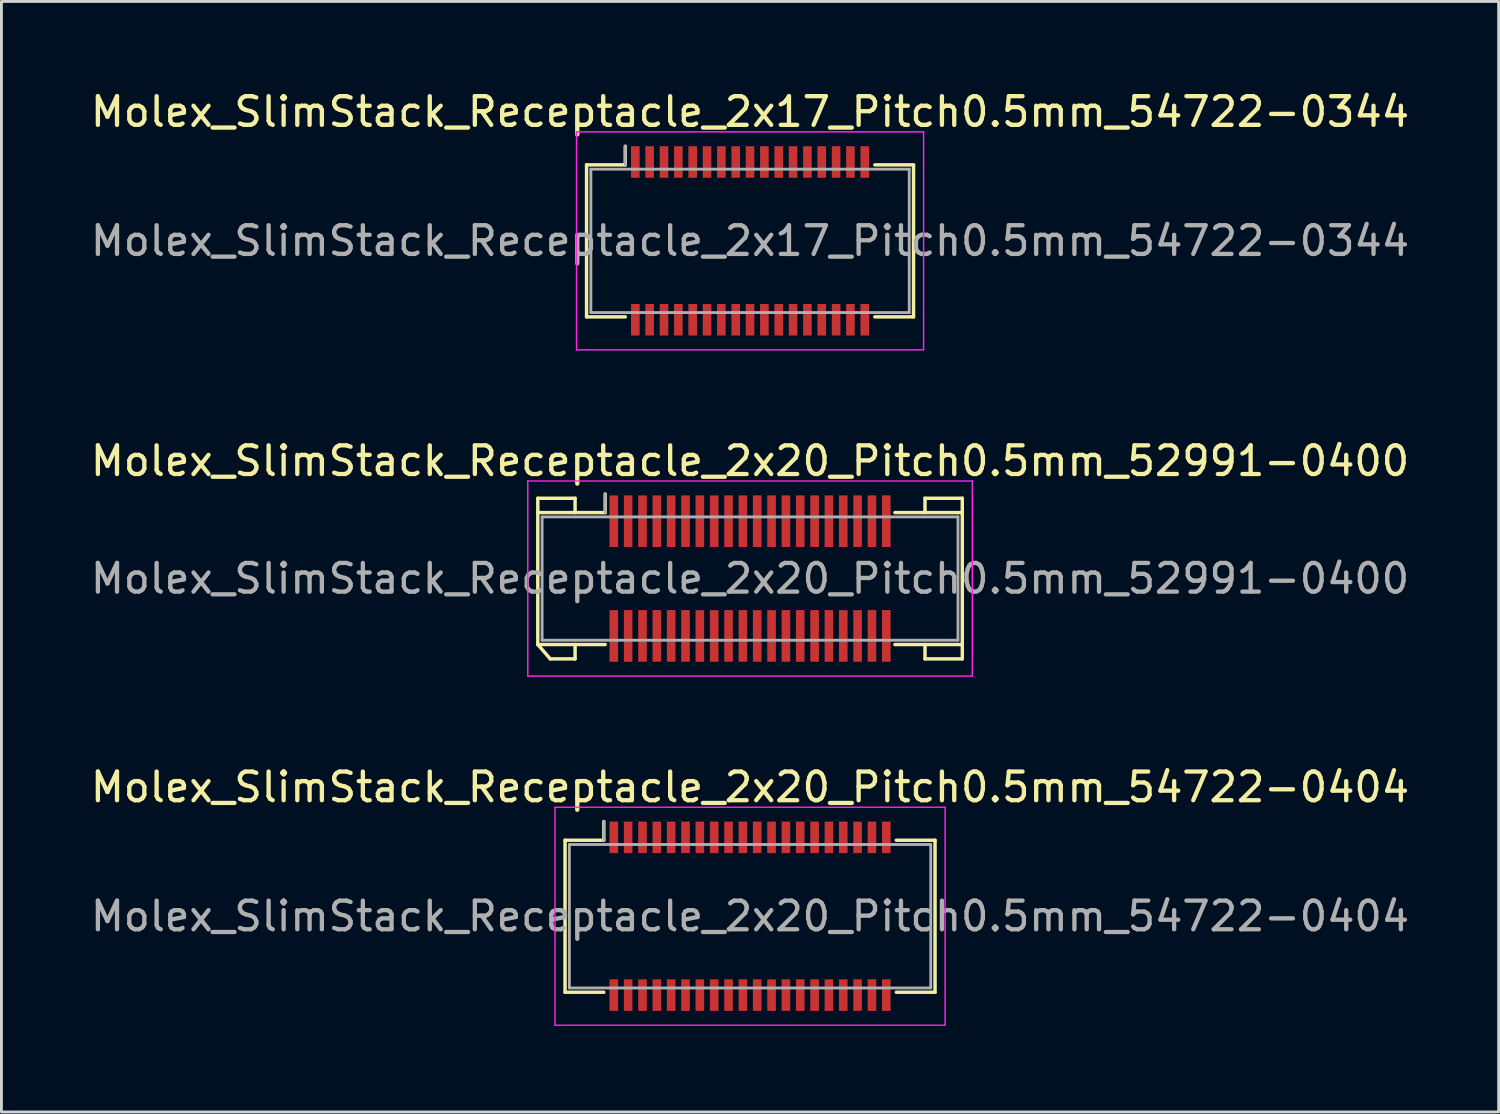
<source format=kicad_pcb>
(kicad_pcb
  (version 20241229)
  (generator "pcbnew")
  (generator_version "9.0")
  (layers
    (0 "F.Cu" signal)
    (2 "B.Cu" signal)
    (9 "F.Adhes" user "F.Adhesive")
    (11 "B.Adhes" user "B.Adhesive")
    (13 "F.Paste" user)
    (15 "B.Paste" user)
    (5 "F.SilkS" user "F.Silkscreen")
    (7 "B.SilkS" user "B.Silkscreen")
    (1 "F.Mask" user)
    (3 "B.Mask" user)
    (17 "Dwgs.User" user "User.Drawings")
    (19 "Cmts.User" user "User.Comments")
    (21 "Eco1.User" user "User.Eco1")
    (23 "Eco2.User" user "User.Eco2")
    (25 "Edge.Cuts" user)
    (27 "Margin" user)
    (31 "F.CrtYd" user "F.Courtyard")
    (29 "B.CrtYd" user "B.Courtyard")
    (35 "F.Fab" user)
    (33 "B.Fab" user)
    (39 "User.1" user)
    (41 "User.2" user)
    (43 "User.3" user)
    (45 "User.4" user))
  (footprint "Molex_SlimStack_Receptacle_2x17_Pitch0.5mm_54722-0344"
    (layer "F.Cu")
    (at 23.101 5.348)
    (property "Reference" "Molex_SlimStack_Receptacle_2x17_Pitch0.5mm_54722-0344" (at 0 -4.5 0) (layer "F.SilkS") (effects (font (size 1 1) (thickness 0.15))))
    (attr smd)
    (fp_line (start -5.7 -2.65) (end -4.35 -2.65) (stroke (width 0.12) (type solid)) (layer "F.SilkS"))
    (fp_line (start -5.7 2.65) (end -5.7 -2.65) (stroke (width 0.12) (type solid)) (layer "F.SilkS"))
    (fp_line (start -4.35 -2.65) (end -4.35 -3.3) (stroke (width 0.12) (type solid)) (layer "F.SilkS"))
    (fp_line (start -4.35 2.65) (end -5.7 2.65) (stroke (width 0.12) (type solid)) (layer "F.SilkS"))
    (fp_line (start 4.35 2.65) (end 5.7 2.65) (stroke (width 0.12) (type solid)) (layer "F.SilkS"))
    (fp_line (start 5.7 -2.65) (end 4.35 -2.65) (stroke (width 0.12) (type solid)) (layer "F.SilkS"))
    (fp_line (start 5.7 2.65) (end 5.7 -2.65) (stroke (width 0.12) (type solid)) (layer "F.SilkS"))
    (fp_line (start -6.05 -3.8) (end -6.05 3.8) (stroke (width 0.05) (type solid)) (layer "F.CrtYd"))
    (fp_line (start -6.05 3.8) (end 6.05 3.8) (stroke (width 0.05) (type solid)) (layer "F.CrtYd"))
    (fp_line (start 6.05 -3.8) (end -6.05 -3.8) (stroke (width 0.05) (type solid)) (layer "F.CrtYd"))
    (fp_line (start 6.05 3.8) (end 6.05 -3.8) (stroke (width 0.05) (type solid)) (layer "F.CrtYd"))
    (fp_line (start -5.55 -2.5) (end -5.55 2.5) (stroke (width 0.1) (type solid)) (layer "F.Fab"))
    (fp_line (start -5.55 2.5) (end 5.55 2.5) (stroke (width 0.1) (type solid)) (layer "F.Fab"))
    (fp_line (start -4.35 -2.65) (end -4.35 -3.3) (stroke (width 0.1) (type solid)) (layer "F.Fab"))
    (fp_line (start 5.55 -2.5) (end -5.55 -2.5) (stroke (width 0.1) (type solid)) (layer "F.Fab"))
    (fp_line (start 5.55 2.5) (end 5.55 -2.5) (stroke (width 0.1) (type solid)) (layer "F.Fab"))
    (fp_text user "${REFERENCE}" (at 0 0 0) (layer "F.Fab") (effects (font (size 1 1) (thickness 0.15))))
    (pad "1" smd rect (at -4 -2.75) (size 0.3 1.1) (layers "F.Cu" "F.Mask" "F.Paste"))
    (pad "2" smd rect (at -4 2.75) (size 0.3 1.1) (layers "F.Cu" "F.Mask" "F.Paste"))
    (pad "3" smd rect (at -3.5 -2.75) (size 0.3 1.1) (layers "F.Cu" "F.Mask" "F.Paste"))
    (pad "4" smd rect (at -3.5 2.75) (size 0.3 1.1) (layers "F.Cu" "F.Mask" "F.Paste"))
    (pad "5" smd rect (at -3 -2.75) (size 0.3 1.1) (layers "F.Cu" "F.Mask" "F.Paste"))
    (pad "6" smd rect (at -3 2.75) (size 0.3 1.1) (layers "F.Cu" "F.Mask" "F.Paste"))
    (pad "7" smd rect (at -2.5 -2.75) (size 0.3 1.1) (layers "F.Cu" "F.Mask" "F.Paste"))
    (pad "8" smd rect (at -2.5 2.75) (size 0.3 1.1) (layers "F.Cu" "F.Mask" "F.Paste"))
    (pad "9" smd rect (at -2 -2.75) (size 0.3 1.1) (layers "F.Cu" "F.Mask" "F.Paste"))
    (pad "10" smd rect (at -2 2.75) (size 0.3 1.1) (layers "F.Cu" "F.Mask" "F.Paste"))
    (pad "11" smd rect (at -1.5 -2.75) (size 0.3 1.1) (layers "F.Cu" "F.Mask" "F.Paste"))
    (pad "12" smd rect (at -1.5 2.75) (size 0.3 1.1) (layers "F.Cu" "F.Mask" "F.Paste"))
    (pad "13" smd rect (at -1 -2.75) (size 0.3 1.1) (layers "F.Cu" "F.Mask" "F.Paste"))
    (pad "14" smd rect (at -1 2.75) (size 0.3 1.1) (layers "F.Cu" "F.Mask" "F.Paste"))
    (pad "15" smd rect (at -0.5 -2.75) (size 0.3 1.1) (layers "F.Cu" "F.Mask" "F.Paste"))
    (pad "16" smd rect (at -0.5 2.75) (size 0.3 1.1) (layers "F.Cu" "F.Mask" "F.Paste"))
    (pad "17" smd rect (at 0 -2.75) (size 0.3 1.1) (layers "F.Cu" "F.Mask" "F.Paste"))
    (pad "18" smd rect (at 0 2.75) (size 0.3 1.1) (layers "F.Cu" "F.Mask" "F.Paste"))
    (pad "19" smd rect (at 0.5 -2.75) (size 0.3 1.1) (layers "F.Cu" "F.Mask" "F.Paste"))
    (pad "20" smd rect (at 0.5 2.75) (size 0.3 1.1) (layers "F.Cu" "F.Mask" "F.Paste"))
    (pad "21" smd rect (at 1 -2.75) (size 0.3 1.1) (layers "F.Cu" "F.Mask" "F.Paste"))
    (pad "22" smd rect (at 1 2.75) (size 0.3 1.1) (layers "F.Cu" "F.Mask" "F.Paste"))
    (pad "23" smd rect (at 1.5 -2.75) (size 0.3 1.1) (layers "F.Cu" "F.Mask" "F.Paste"))
    (pad "24" smd rect (at 1.5 2.75) (size 0.3 1.1) (layers "F.Cu" "F.Mask" "F.Paste"))
    (pad "25" smd rect (at 2 -2.75) (size 0.3 1.1) (layers "F.Cu" "F.Mask" "F.Paste"))
    (pad "26" smd rect (at 2 2.75) (size 0.3 1.1) (layers "F.Cu" "F.Mask" "F.Paste"))
    (pad "27" smd rect (at 2.5 -2.75) (size 0.3 1.1) (layers "F.Cu" "F.Mask" "F.Paste"))
    (pad "28" smd rect (at 2.5 2.75) (size 0.3 1.1) (layers "F.Cu" "F.Mask" "F.Paste"))
    (pad "29" smd rect (at 3 -2.75) (size 0.3 1.1) (layers "F.Cu" "F.Mask" "F.Paste"))
    (pad "30" smd rect (at 3 2.75) (size 0.3 1.1) (layers "F.Cu" "F.Mask" "F.Paste"))
    (pad "31" smd rect (at 3.5 -2.75) (size 0.3 1.1) (layers "F.Cu" "F.Mask" "F.Paste"))
    (pad "32" smd rect (at 3.5 2.75) (size 0.3 1.1) (layers "F.Cu" "F.Mask" "F.Paste"))
    (pad "33" smd rect (at 4 -2.75) (size 0.3 1.1) (layers "F.Cu" "F.Mask" "F.Paste"))
    (pad "34" smd rect (at 4 2.75) (size 0.3 1.1) (layers "F.Cu" "F.Mask" "F.Paste")))
  (footprint "Molex_SlimStack_Receptacle_2x20_Pitch0.5mm_52991-0400"
    (layer "F.Cu")
    (at 23.101 17.122)
    (property "Reference" "Molex_SlimStack_Receptacle_2x20_Pitch0.5mm_52991-0400" (at 0 -4.1 0) (layer "F.SilkS") (effects (font (size 1 1) (thickness 0.15))))
    (attr smd)
    (fp_line (start -7.4 -2.8) (end -6.1 -2.8) (stroke (width 0.12) (type solid)) (layer "F.SilkS"))
    (fp_line (start -7.4 -2.3) (end -7.4 -2.8) (stroke (width 0.12) (type solid)) (layer "F.SilkS"))
    (fp_line (start -7.4 -2.3) (end -5.05 -2.3) (stroke (width 0.12) (type solid)) (layer "F.SilkS"))
    (fp_line (start -7.4 2.3) (end -7.4 -2.3) (stroke (width 0.12) (type solid)) (layer "F.SilkS"))
    (fp_line (start -7.4 2.3) (end -6.967 2.8) (stroke (width 0.12) (type solid)) (layer "F.SilkS"))
    (fp_line (start -6.967 2.8) (end -6.1 2.8) (stroke (width 0.12) (type solid)) (layer "F.SilkS"))
    (fp_line (start -6.1 -2.8) (end -6.1 -2.3) (stroke (width 0.12) (type solid)) (layer "F.SilkS"))
    (fp_line (start -6.1 2.8) (end -6.1 2.3) (stroke (width 0.12) (type solid)) (layer "F.SilkS"))
    (fp_line (start -5.05 -2.3) (end -5.05 -2.95) (stroke (width 0.12) (type solid)) (layer "F.SilkS"))
    (fp_line (start -5.05 2.3) (end -7.4 2.3) (stroke (width 0.12) (type solid)) (layer "F.SilkS"))
    (fp_line (start 5.05 2.3) (end 7.4 2.3) (stroke (width 0.12) (type solid)) (layer "F.SilkS"))
    (fp_line (start 6.1 -2.8) (end 6.1 -2.3) (stroke (width 0.12) (type solid)) (layer "F.SilkS"))
    (fp_line (start 6.1 2.8) (end 6.1 2.3) (stroke (width 0.12) (type solid)) (layer "F.SilkS"))
    (fp_line (start 7.4 -2.8) (end 6.1 -2.8) (stroke (width 0.12) (type solid)) (layer "F.SilkS"))
    (fp_line (start 7.4 -2.3) (end 5.05 -2.3) (stroke (width 0.12) (type solid)) (layer "F.SilkS"))
    (fp_line (start 7.4 -2.3) (end 7.4 -2.8) (stroke (width 0.12) (type solid)) (layer "F.SilkS"))
    (fp_line (start 7.4 2.3) (end 7.4 -2.3) (stroke (width 0.12) (type solid)) (layer "F.SilkS"))
    (fp_line (start 7.4 2.3) (end 7.4 2.8) (stroke (width 0.12) (type solid)) (layer "F.SilkS"))
    (fp_line (start 7.4 2.8) (end 6.1 2.8) (stroke (width 0.12) (type solid)) (layer "F.SilkS"))
    (fp_line (start -7.75 -3.4) (end -7.75 3.4) (stroke (width 0.05) (type solid)) (layer "F.CrtYd"))
    (fp_line (start -7.75 3.4) (end 7.75 3.4) (stroke (width 0.05) (type solid)) (layer "F.CrtYd"))
    (fp_line (start 7.75 -3.4) (end -7.75 -3.4) (stroke (width 0.05) (type solid)) (layer "F.CrtYd"))
    (fp_line (start 7.75 3.4) (end 7.75 -3.4) (stroke (width 0.05) (type solid)) (layer "F.CrtYd"))
    (fp_line (start -7.25 -2.15) (end -7.25 2.15) (stroke (width 0.1) (type solid)) (layer "F.Fab"))
    (fp_line (start -7.25 2.15) (end 7.25 2.15) (stroke (width 0.1) (type solid)) (layer "F.Fab"))
    (fp_line (start -5.05 -2.3) (end -5.05 -2.95) (stroke (width 0.1) (type solid)) (layer "F.Fab"))
    (fp_line (start 7.25 -2.15) (end -7.25 -2.15) (stroke (width 0.1) (type solid)) (layer "F.Fab"))
    (fp_line (start 7.25 2.15) (end 7.25 -2.15) (stroke (width 0.1) (type solid)) (layer "F.Fab"))
    (fp_text user "${REFERENCE}" (at 0 0 0) (layer "F.Fab") (effects (font (size 1 1) (thickness 0.15))))
    (pad "1" smd rect (at -4.75 -2) (size 0.3 1.8) (layers "F.Cu" "F.Mask" "F.Paste"))
    (pad "2" smd rect (at -4.75 2) (size 0.3 1.8) (layers "F.Cu" "F.Mask" "F.Paste"))
    (pad "3" smd rect (at -4.25 -2) (size 0.3 1.8) (layers "F.Cu" "F.Mask" "F.Paste"))
    (pad "4" smd rect (at -4.25 2) (size 0.3 1.8) (layers "F.Cu" "F.Mask" "F.Paste"))
    (pad "5" smd rect (at -3.75 -2) (size 0.3 1.8) (layers "F.Cu" "F.Mask" "F.Paste"))
    (pad "6" smd rect (at -3.75 2) (size 0.3 1.8) (layers "F.Cu" "F.Mask" "F.Paste"))
    (pad "7" smd rect (at -3.25 -2) (size 0.3 1.8) (layers "F.Cu" "F.Mask" "F.Paste"))
    (pad "8" smd rect (at -3.25 2) (size 0.3 1.8) (layers "F.Cu" "F.Mask" "F.Paste"))
    (pad "9" smd rect (at -2.75 -2) (size 0.3 1.8) (layers "F.Cu" "F.Mask" "F.Paste"))
    (pad "10" smd rect (at -2.75 2) (size 0.3 1.8) (layers "F.Cu" "F.Mask" "F.Paste"))
    (pad "11" smd rect (at -2.25 -2) (size 0.3 1.8) (layers "F.Cu" "F.Mask" "F.Paste"))
    (pad "12" smd rect (at -2.25 2) (size 0.3 1.8) (layers "F.Cu" "F.Mask" "F.Paste"))
    (pad "13" smd rect (at -1.75 -2) (size 0.3 1.8) (layers "F.Cu" "F.Mask" "F.Paste"))
    (pad "14" smd rect (at -1.75 2) (size 0.3 1.8) (layers "F.Cu" "F.Mask" "F.Paste"))
    (pad "15" smd rect (at -1.25 -2) (size 0.3 1.8) (layers "F.Cu" "F.Mask" "F.Paste"))
    (pad "16" smd rect (at -1.25 2) (size 0.3 1.8) (layers "F.Cu" "F.Mask" "F.Paste"))
    (pad "17" smd rect (at -0.75 -2) (size 0.3 1.8) (layers "F.Cu" "F.Mask" "F.Paste"))
    (pad "18" smd rect (at -0.75 2) (size 0.3 1.8) (layers "F.Cu" "F.Mask" "F.Paste"))
    (pad "19" smd rect (at -0.25 -2) (size 0.3 1.8) (layers "F.Cu" "F.Mask" "F.Paste"))
    (pad "20" smd rect (at -0.25 2) (size 0.3 1.8) (layers "F.Cu" "F.Mask" "F.Paste"))
    (pad "21" smd rect (at 0.25 -2) (size 0.3 1.8) (layers "F.Cu" "F.Mask" "F.Paste"))
    (pad "22" smd rect (at 0.25 2) (size 0.3 1.8) (layers "F.Cu" "F.Mask" "F.Paste"))
    (pad "23" smd rect (at 0.75 -2) (size 0.3 1.8) (layers "F.Cu" "F.Mask" "F.Paste"))
    (pad "24" smd rect (at 0.75 2) (size 0.3 1.8) (layers "F.Cu" "F.Mask" "F.Paste"))
    (pad "25" smd rect (at 1.25 -2) (size 0.3 1.8) (layers "F.Cu" "F.Mask" "F.Paste"))
    (pad "26" smd rect (at 1.25 2) (size 0.3 1.8) (layers "F.Cu" "F.Mask" "F.Paste"))
    (pad "27" smd rect (at 1.75 -2) (size 0.3 1.8) (layers "F.Cu" "F.Mask" "F.Paste"))
    (pad "28" smd rect (at 1.75 2) (size 0.3 1.8) (layers "F.Cu" "F.Mask" "F.Paste"))
    (pad "29" smd rect (at 2.25 -2) (size 0.3 1.8) (layers "F.Cu" "F.Mask" "F.Paste"))
    (pad "30" smd rect (at 2.25 2) (size 0.3 1.8) (layers "F.Cu" "F.Mask" "F.Paste"))
    (pad "31" smd rect (at 2.75 -2) (size 0.3 1.8) (layers "F.Cu" "F.Mask" "F.Paste"))
    (pad "32" smd rect (at 2.75 2) (size 0.3 1.8) (layers "F.Cu" "F.Mask" "F.Paste"))
    (pad "33" smd rect (at 3.25 -2) (size 0.3 1.8) (layers "F.Cu" "F.Mask" "F.Paste"))
    (pad "34" smd rect (at 3.25 2) (size 0.3 1.8) (layers "F.Cu" "F.Mask" "F.Paste"))
    (pad "35" smd rect (at 3.75 -2) (size 0.3 1.8) (layers "F.Cu" "F.Mask" "F.Paste"))
    (pad "36" smd rect (at 3.75 2) (size 0.3 1.8) (layers "F.Cu" "F.Mask" "F.Paste"))
    (pad "37" smd rect (at 4.25 -2) (size 0.3 1.8) (layers "F.Cu" "F.Mask" "F.Paste"))
    (pad "38" smd rect (at 4.25 2) (size 0.3 1.8) (layers "F.Cu" "F.Mask" "F.Paste"))
    (pad "39" smd rect (at 4.75 -2) (size 0.3 1.8) (layers "F.Cu" "F.Mask" "F.Paste"))
    (pad "40" smd rect (at 4.75 2) (size 0.3 1.8) (layers "F.Cu" "F.Mask" "F.Paste")))
  (footprint "Molex_SlimStack_Receptacle_2x20_Pitch0.5mm_54722-0404"
    (layer "F.Cu")
    (at 23.101 28.895)
    (property "Reference" "Molex_SlimStack_Receptacle_2x20_Pitch0.5mm_54722-0404" (at 0 -4.5 0) (layer "F.SilkS") (effects (font (size 1 1) (thickness 0.15))))
    (attr smd)
    (fp_line (start -6.45 -2.65) (end -5.1 -2.65) (stroke (width 0.12) (type solid)) (layer "F.SilkS"))
    (fp_line (start -6.45 2.65) (end -6.45 -2.65) (stroke (width 0.12) (type solid)) (layer "F.SilkS"))
    (fp_line (start -5.1 -2.65) (end -5.1 -3.3) (stroke (width 0.12) (type solid)) (layer "F.SilkS"))
    (fp_line (start -5.1 2.65) (end -6.45 2.65) (stroke (width 0.12) (type solid)) (layer "F.SilkS"))
    (fp_line (start 5.1 2.65) (end 6.45 2.65) (stroke (width 0.12) (type solid)) (layer "F.SilkS"))
    (fp_line (start 6.45 -2.65) (end 5.1 -2.65) (stroke (width 0.12) (type solid)) (layer "F.SilkS"))
    (fp_line (start 6.45 2.65) (end 6.45 -2.65) (stroke (width 0.12) (type solid)) (layer "F.SilkS"))
    (fp_line (start -6.8 -3.8) (end -6.8 3.8) (stroke (width 0.05) (type solid)) (layer "F.CrtYd"))
    (fp_line (start -6.8 3.8) (end 6.8 3.8) (stroke (width 0.05) (type solid)) (layer "F.CrtYd"))
    (fp_line (start 6.8 -3.8) (end -6.8 -3.8) (stroke (width 0.05) (type solid)) (layer "F.CrtYd"))
    (fp_line (start 6.8 3.8) (end 6.8 -3.8) (stroke (width 0.05) (type solid)) (layer "F.CrtYd"))
    (fp_line (start -6.3 -2.5) (end -6.3 2.5) (stroke (width 0.1) (type solid)) (layer "F.Fab"))
    (fp_line (start -6.3 2.5) (end 6.3 2.5) (stroke (width 0.1) (type solid)) (layer "F.Fab"))
    (fp_line (start -5.1 -2.65) (end -5.1 -3.3) (stroke (width 0.1) (type solid)) (layer "F.Fab"))
    (fp_line (start 6.3 -2.5) (end -6.3 -2.5) (stroke (width 0.1) (type solid)) (layer "F.Fab"))
    (fp_line (start 6.3 2.5) (end 6.3 -2.5) (stroke (width 0.1) (type solid)) (layer "F.Fab"))
    (fp_text user "${REFERENCE}" (at 0 0 0) (layer "F.Fab") (effects (font (size 1 1) (thickness 0.15))))
    (pad "1" smd rect (at -4.75 -2.75) (size 0.3 1.1) (layers "F.Cu" "F.Mask" "F.Paste"))
    (pad "2" smd rect (at -4.75 2.75) (size 0.3 1.1) (layers "F.Cu" "F.Mask" "F.Paste"))
    (pad "3" smd rect (at -4.25 -2.75) (size 0.3 1.1) (layers "F.Cu" "F.Mask" "F.Paste"))
    (pad "4" smd rect (at -4.25 2.75) (size 0.3 1.1) (layers "F.Cu" "F.Mask" "F.Paste"))
    (pad "5" smd rect (at -3.75 -2.75) (size 0.3 1.1) (layers "F.Cu" "F.Mask" "F.Paste"))
    (pad "6" smd rect (at -3.75 2.75) (size 0.3 1.1) (layers "F.Cu" "F.Mask" "F.Paste"))
    (pad "7" smd rect (at -3.25 -2.75) (size 0.3 1.1) (layers "F.Cu" "F.Mask" "F.Paste"))
    (pad "8" smd rect (at -3.25 2.75) (size 0.3 1.1) (layers "F.Cu" "F.Mask" "F.Paste"))
    (pad "9" smd rect (at -2.75 -2.75) (size 0.3 1.1) (layers "F.Cu" "F.Mask" "F.Paste"))
    (pad "10" smd rect (at -2.75 2.75) (size 0.3 1.1) (layers "F.Cu" "F.Mask" "F.Paste"))
    (pad "11" smd rect (at -2.25 -2.75) (size 0.3 1.1) (layers "F.Cu" "F.Mask" "F.Paste"))
    (pad "12" smd rect (at -2.25 2.75) (size 0.3 1.1) (layers "F.Cu" "F.Mask" "F.Paste"))
    (pad "13" smd rect (at -1.75 -2.75) (size 0.3 1.1) (layers "F.Cu" "F.Mask" "F.Paste"))
    (pad "14" smd rect (at -1.75 2.75) (size 0.3 1.1) (layers "F.Cu" "F.Mask" "F.Paste"))
    (pad "15" smd rect (at -1.25 -2.75) (size 0.3 1.1) (layers "F.Cu" "F.Mask" "F.Paste"))
    (pad "16" smd rect (at -1.25 2.75) (size 0.3 1.1) (layers "F.Cu" "F.Mask" "F.Paste"))
    (pad "17" smd rect (at -0.75 -2.75) (size 0.3 1.1) (layers "F.Cu" "F.Mask" "F.Paste"))
    (pad "18" smd rect (at -0.75 2.75) (size 0.3 1.1) (layers "F.Cu" "F.Mask" "F.Paste"))
    (pad "19" smd rect (at -0.25 -2.75) (size 0.3 1.1) (layers "F.Cu" "F.Mask" "F.Paste"))
    (pad "20" smd rect (at -0.25 2.75) (size 0.3 1.1) (layers "F.Cu" "F.Mask" "F.Paste"))
    (pad "21" smd rect (at 0.25 -2.75) (size 0.3 1.1) (layers "F.Cu" "F.Mask" "F.Paste"))
    (pad "22" smd rect (at 0.25 2.75) (size 0.3 1.1) (layers "F.Cu" "F.Mask" "F.Paste"))
    (pad "23" smd rect (at 0.75 -2.75) (size 0.3 1.1) (layers "F.Cu" "F.Mask" "F.Paste"))
    (pad "24" smd rect (at 0.75 2.75) (size 0.3 1.1) (layers "F.Cu" "F.Mask" "F.Paste"))
    (pad "25" smd rect (at 1.25 -2.75) (size 0.3 1.1) (layers "F.Cu" "F.Mask" "F.Paste"))
    (pad "26" smd rect (at 1.25 2.75) (size 0.3 1.1) (layers "F.Cu" "F.Mask" "F.Paste"))
    (pad "27" smd rect (at 1.75 -2.75) (size 0.3 1.1) (layers "F.Cu" "F.Mask" "F.Paste"))
    (pad "28" smd rect (at 1.75 2.75) (size 0.3 1.1) (layers "F.Cu" "F.Mask" "F.Paste"))
    (pad "29" smd rect (at 2.25 -2.75) (size 0.3 1.1) (layers "F.Cu" "F.Mask" "F.Paste"))
    (pad "30" smd rect (at 2.25 2.75) (size 0.3 1.1) (layers "F.Cu" "F.Mask" "F.Paste"))
    (pad "31" smd rect (at 2.75 -2.75) (size 0.3 1.1) (layers "F.Cu" "F.Mask" "F.Paste"))
    (pad "32" smd rect (at 2.75 2.75) (size 0.3 1.1) (layers "F.Cu" "F.Mask" "F.Paste"))
    (pad "33" smd rect (at 3.25 -2.75) (size 0.3 1.1) (layers "F.Cu" "F.Mask" "F.Paste"))
    (pad "34" smd rect (at 3.25 2.75) (size 0.3 1.1) (layers "F.Cu" "F.Mask" "F.Paste"))
    (pad "35" smd rect (at 3.75 -2.75) (size 0.3 1.1) (layers "F.Cu" "F.Mask" "F.Paste"))
    (pad "36" smd rect (at 3.75 2.75) (size 0.3 1.1) (layers "F.Cu" "F.Mask" "F.Paste"))
    (pad "37" smd rect (at 4.25 -2.75) (size 0.3 1.1) (layers "F.Cu" "F.Mask" "F.Paste"))
    (pad "38" smd rect (at 4.25 2.75) (size 0.3 1.1) (layers "F.Cu" "F.Mask" "F.Paste"))
    (pad "39" smd rect (at 4.75 -2.75) (size 0.3 1.1) (layers "F.Cu" "F.Mask" "F.Paste"))
    (pad "40" smd rect (at 4.75 2.75) (size 0.3 1.1) (layers "F.Cu" "F.Mask" "F.Paste")))
  (gr_rect
    (start -3 -3)
    (end 49.202 35.72)
    (stroke (width 0.1) (type default))
    (fill no)
    (layer "Edge.Cuts")))
</source>
